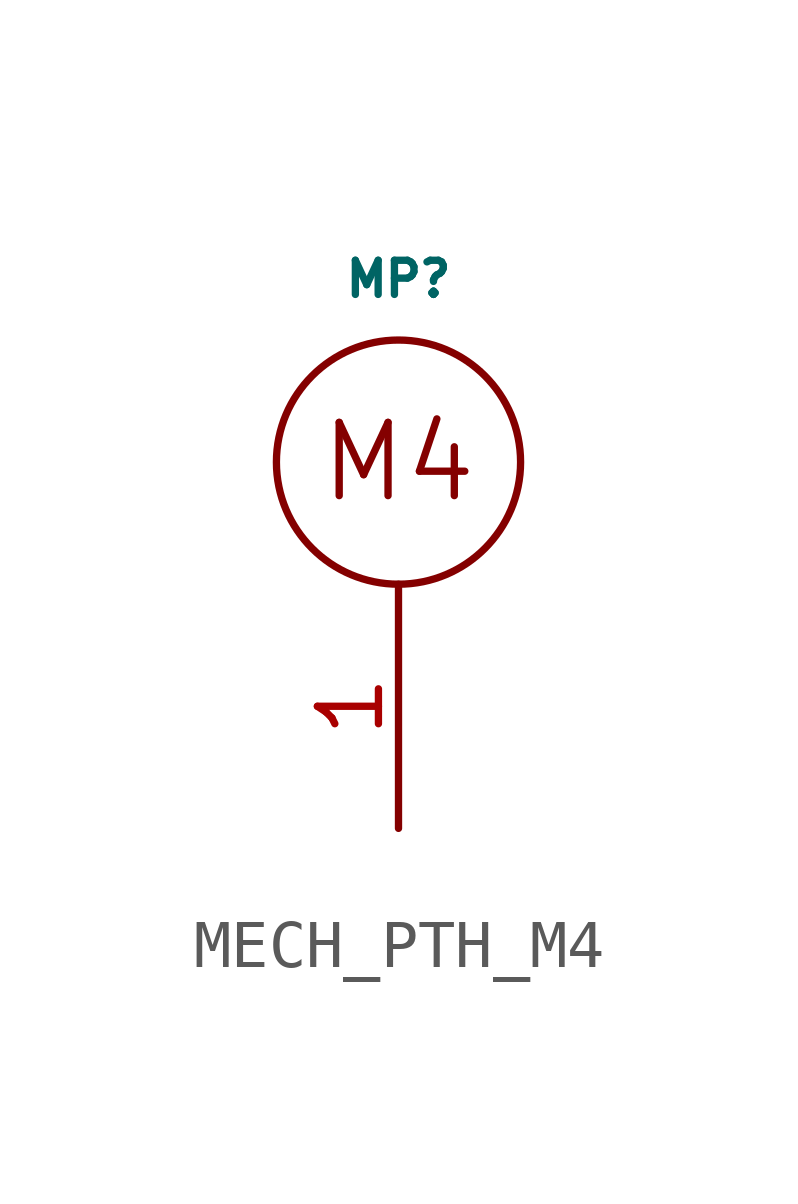
<source format=kicad_sym>
(kicad_symbol_lib
  (version 20211014)
  (generator kicad_symbol_editor)
  (symbol "MECH_PTH_M4"
    (pin_names
      (offset 1.016))
    (property "Reference" "MP"
      (at 0 3.81 0)
      (effects (font (size 0.711 0.711))))
    (property "Datasheet" ""
      (at 0 0 0)
      (effects (font (size 1.524 1.524))))
    (symbol "MECH_PTH_M4_0_0"
      (text "M4" (at 0 0 0) (effects (font (size 1.524 1.524)))))
    (symbol "MECH_PTH_M4_0_1"
      (circle (center 0 0) (radius 2.54) (stroke (width 0) (type default) (color 0 0 0 0)) (fill (type none))))
    (symbol "MECH_PTH_M4_1_1"
      (pin input line (at 0 -7.62 90) (length 5.08) (name "P1" (effects (font (size 0 0)))) (number "1" (effects (font (size 1.27 1.27))))))))
</source>
